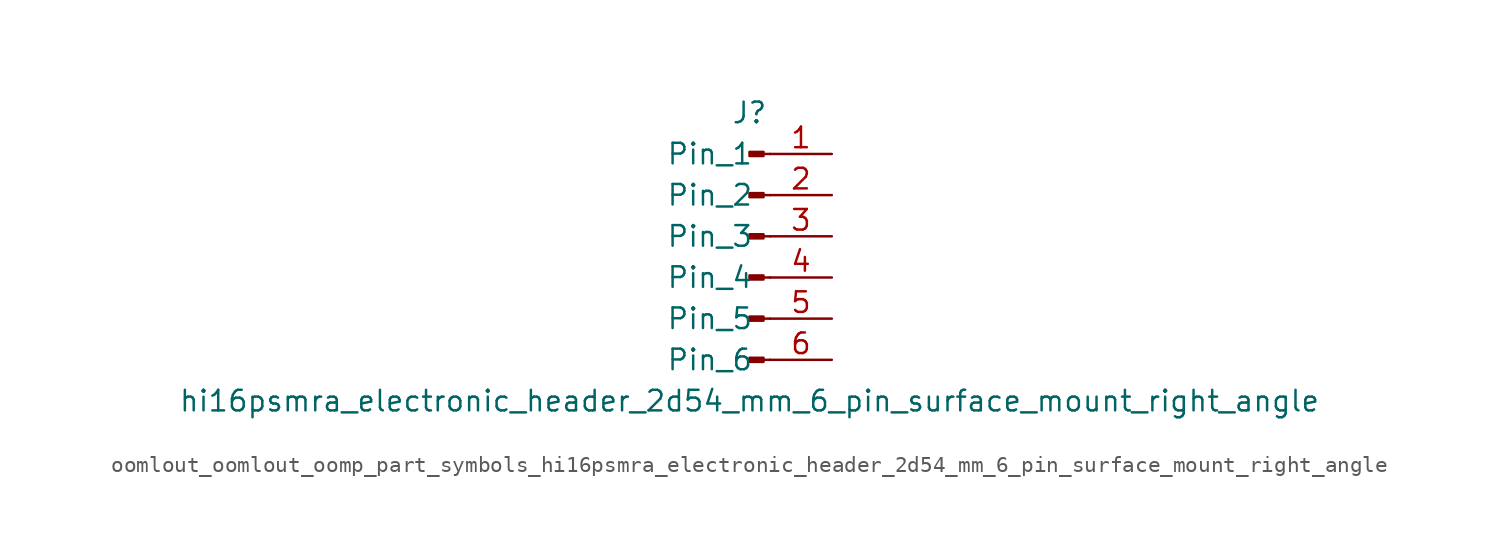
<source format=kicad_sym>
(kicad_symbol_lib
  (version 20220914)
  (generator kicad_symbol_editor)
  (symbol "oomlout_oomlout_oomp_part_symbols_hi16psmra_electronic_header_2d54_mm_6_pin_surface_mount_right_angle"
    (pin_names
      (offset 1.016))
    (property "Reference" "J"
      (at 0 7.62 0)
      (effects (font (size 1.27 1.27))))
    (property "Value" "hi16psmra_electronic_header_2d54_mm_6_pin_surface_mount_right_angle"
      (at 0 -10.16 0)
      (effects (font (size 1.27 1.27))))
    (property "ki_locked" ""
      (at 0 0 0)
      (effects (font (size 1.27 1.27))))
    (symbol "oomlout_oomlout_oomp_part_symbols_hi16psmra_electronic_header_2d54_mm_6_pin_surface_mount_right_angle_1_1"
      (polyline (pts (xy 1.27 -7.62) (xy 0.864 -7.62)) (stroke (width 0.152) (type default)) (fill (type none)))
      (polyline (pts (xy 1.27 -5.08) (xy 0.864 -5.08)) (stroke (width 0.152) (type default)) (fill (type none)))
      (polyline (pts (xy 1.27 -2.54) (xy 0.864 -2.54)) (stroke (width 0.152) (type default)) (fill (type none)))
      (polyline (pts (xy 1.27 0) (xy 0.864 0)) (stroke (width 0.152) (type default)) (fill (type none)))
      (polyline (pts (xy 1.27 2.54) (xy 0.864 2.54)) (stroke (width 0.152) (type default)) (fill (type none)))
      (polyline (pts (xy 1.27 5.08) (xy 0.864 5.08)) (stroke (width 0.152) (type default)) (fill (type none)))
      (rectangle (start 0.864 -7.493) (end 0 -7.747) (stroke (width 0.152) (type default)) (fill (type outline)))
      (rectangle (start 0.864 -4.953) (end 0 -5.207) (stroke (width 0.152) (type default)) (fill (type outline)))
      (rectangle (start 0.864 -2.413) (end 0 -2.667) (stroke (width 0.152) (type default)) (fill (type outline)))
      (rectangle (start 0.864 0.127) (end 0 -0.127) (stroke (width 0.152) (type default)) (fill (type outline)))
      (rectangle (start 0.864 2.667) (end 0 2.413) (stroke (width 0.152) (type default)) (fill (type outline)))
      (rectangle (start 0.864 5.207) (end 0 4.953) (stroke (width 0.152) (type default)) (fill (type outline)))
      (pin passive line (at 5.08 5.08 180) (length 3.81) (name "Pin_1" (effects (font (size 1.27 1.27)))) (number "1" (effects (font (size 1.27 1.27)))))
      (pin passive line (at 5.08 2.54 180) (length 3.81) (name "Pin_2" (effects (font (size 1.27 1.27)))) (number "2" (effects (font (size 1.27 1.27)))))
      (pin passive line (at 5.08 0 180) (length 3.81) (name "Pin_3" (effects (font (size 1.27 1.27)))) (number "3" (effects (font (size 1.27 1.27)))))
      (pin passive line (at 5.08 -2.54 180) (length 3.81) (name "Pin_4" (effects (font (size 1.27 1.27)))) (number "4" (effects (font (size 1.27 1.27)))))
      (pin passive line (at 5.08 -5.08 180) (length 3.81) (name "Pin_5" (effects (font (size 1.27 1.27)))) (number "5" (effects (font (size 1.27 1.27)))))
      (pin passive line (at 5.08 -7.62 180) (length 3.81) (name "Pin_6" (effects (font (size 1.27 1.27)))) (number "6" (effects (font (size 1.27 1.27))))))))
</source>
